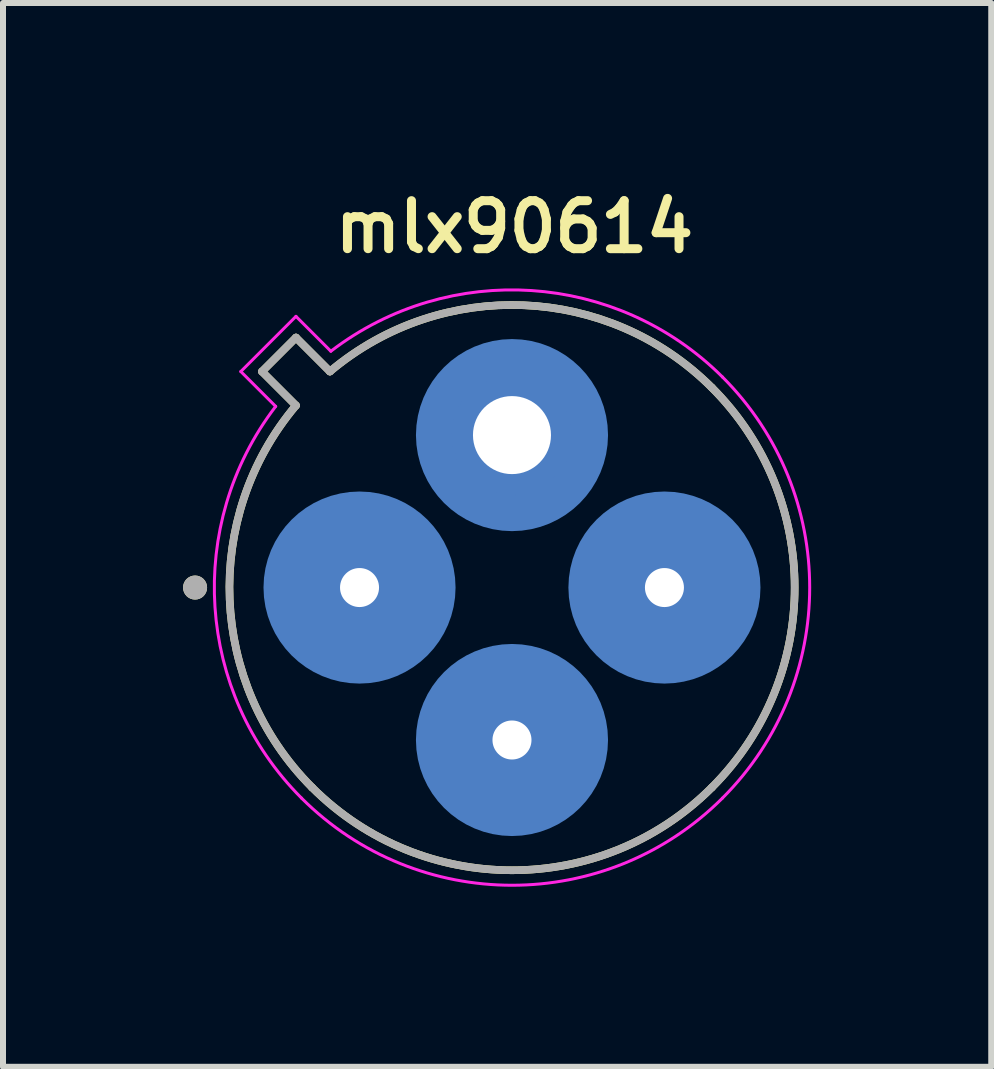
<source format=kicad_pcb>
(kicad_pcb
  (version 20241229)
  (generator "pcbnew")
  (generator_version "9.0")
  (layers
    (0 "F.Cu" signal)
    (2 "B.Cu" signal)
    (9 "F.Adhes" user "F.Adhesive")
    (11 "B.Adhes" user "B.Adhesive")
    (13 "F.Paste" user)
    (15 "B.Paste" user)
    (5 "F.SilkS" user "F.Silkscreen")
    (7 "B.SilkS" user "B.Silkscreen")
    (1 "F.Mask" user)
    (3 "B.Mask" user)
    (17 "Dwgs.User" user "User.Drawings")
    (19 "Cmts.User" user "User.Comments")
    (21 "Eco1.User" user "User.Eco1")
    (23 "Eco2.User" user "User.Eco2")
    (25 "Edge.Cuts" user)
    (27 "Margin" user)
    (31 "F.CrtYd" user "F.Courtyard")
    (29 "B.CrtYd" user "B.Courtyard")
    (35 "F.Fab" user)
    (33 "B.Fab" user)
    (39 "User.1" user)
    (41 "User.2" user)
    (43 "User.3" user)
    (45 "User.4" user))
  (footprint "mlx90614"
    (layer "F.Cu")
    (at 5.48 6.739)
    (property "Reference" "mlx90614" (at 0.04 -6.008 0) (layer "F.SilkS") (effects (font (size 0.8 0.8) (thickness 0.15))))
    (attr through_hole)
    (fp_circle (center -2.54 0) (end -2.54 0) (stroke (width 1.6) (type solid)) (fill no) (layer "B.Cu"))
    (fp_circle (center 0 2.54) (end 0.0001 2.54) (stroke (width 1.6) (type solid)) (fill no) (layer "B.Cu"))
    (fp_circle (center 0.0001 -2.54) (end 0.0002 -2.54) (stroke (width 1.6) (type solid)) (fill no) (layer "B.Cu"))
    (fp_circle (center 2.54 0) (end 2.54 0) (stroke (width 1.6) (type solid)) (fill no) (layer "B.Cu"))
    (fp_line (start -4.165 -3.599) (end -3.599 -3.033) (stroke (width 0.127) (type solid)) (layer "F.SilkS"))
    (fp_line (start -3.599 -4.165) (end -4.165 -3.599) (stroke (width 0.127) (type solid)) (layer "F.SilkS"))
    (fp_line (start -3.033 -3.599) (end -3.599 -4.165) (stroke (width 0.127) (type solid)) (layer "F.SilkS"))
    (fp_arc (start -3.33047 3.33047) (mid -4.703039 0.20077) (end -3.599169 -3.03349) (stroke (width 0.127) (type solid)) (layer "F.SilkS"))
    (fp_arc (start -3.03349 -3.59917) (mid 0.200776 -4.703171) (end 3.33047 -3.330471) (stroke (width 0.127) (type solid)) (layer "F.SilkS"))
    (fp_arc (start 3.33047 -3.33047) (mid 4.709996 0) (end 3.33047 3.33047) (stroke (width 0.127) (type solid)) (layer "F.SilkS"))
    (fp_arc (start 3.33047 3.33047) (mid 0 4.709996) (end -3.33047 3.33047) (stroke (width 0.127) (type solid)) (layer "F.SilkS"))
    (fp_circle (center -5.28 0) (end -5.18 0) (stroke (width 0.2) (type solid)) (fill no) (layer "F.SilkS"))
    (fp_line (start -4.518 -3.599) (end -3.937 -3.018) (stroke (width 0.05) (type solid)) (layer "F.CrtYd"))
    (fp_line (start -3.599 -4.518) (end -4.518 -3.599) (stroke (width 0.05) (type solid)) (layer "F.CrtYd"))
    (fp_line (start -3.018 -3.937) (end -3.599 -4.518) (stroke (width 0.05) (type solid)) (layer "F.CrtYd"))
    (fp_arc (start -3.50725 3.50725) (mid -4.948366 0.325447) (end -3.937169 -3.01793) (stroke (width 0.05) (type solid)) (layer "F.CrtYd"))
    (fp_arc (start -3.01793 -3.93717) (mid 0.325445 -4.948339) (end 3.507249 -3.50725) (stroke (width 0.05) (type solid)) (layer "F.CrtYd"))
    (fp_arc (start 3.50725 -3.50725) (mid 4.960001 0) (end 3.50725 3.50725) (stroke (width 0.05) (type solid)) (layer "F.CrtYd"))
    (fp_arc (start 3.50725 3.50725) (mid 0 4.960001) (end -3.50725 3.50725) (stroke (width 0.05) (type solid)) (layer "F.CrtYd"))
    (fp_line (start -4.165 -3.599) (end -3.599 -3.033) (stroke (width 0.127) (type solid)) (layer "F.Fab"))
    (fp_line (start -3.599 -4.165) (end -4.165 -3.599) (stroke (width 0.127) (type solid)) (layer "F.Fab"))
    (fp_line (start -3.033 -3.599) (end -3.599 -4.165) (stroke (width 0.127) (type solid)) (layer "F.Fab"))
    (fp_arc (start -3.33047 3.33047) (mid -4.703039 0.20077) (end -3.599169 -3.03349) (stroke (width 0.127) (type solid)) (layer "F.Fab"))
    (fp_arc (start -3.03349 -3.59917) (mid 0.200776 -4.703171) (end 3.33047 -3.330471) (stroke (width 0.127) (type solid)) (layer "F.Fab"))
    (fp_arc (start 3.33047 -3.33047) (mid 4.709996 0) (end 3.33047 3.33047) (stroke (width 0.127) (type solid)) (layer "F.Fab"))
    (fp_arc (start 3.33047 3.33047) (mid 0 4.709996) (end -3.33047 3.33047) (stroke (width 0.127) (type solid)) (layer "F.Fab"))
    (fp_circle (center -5.28 0) (end -5.18 0) (stroke (width 0.2) (type solid)) (fill no) (layer "F.Fab"))
    (pad "1" thru_hole circle (at -2.54 0) (size 0.7 0.7) (drill 0.65) (layers "*.Cu" "*.Mask"))
    (pad "2" thru_hole circle (at 0 2.54) (size 0.7 0.7) (drill 0.65) (layers "*.Cu" "*.Mask"))
    (pad "3" thru_hole circle (at 2.54 0) (size 0.7 0.7) (drill 0.65) (layers "*.Cu" "*.Mask"))
    (pad "4" thru_hole circle (at 0 -2.54) (size 2 2) (drill 1.3) (layers "*.Cu" "*.Mask")))
  (gr_rect
    (start -3 -3)
    (end 13.465 14.724)
    (stroke (width 0.1) (type default))
    (fill no)
    (layer "Edge.Cuts")))
</source>
